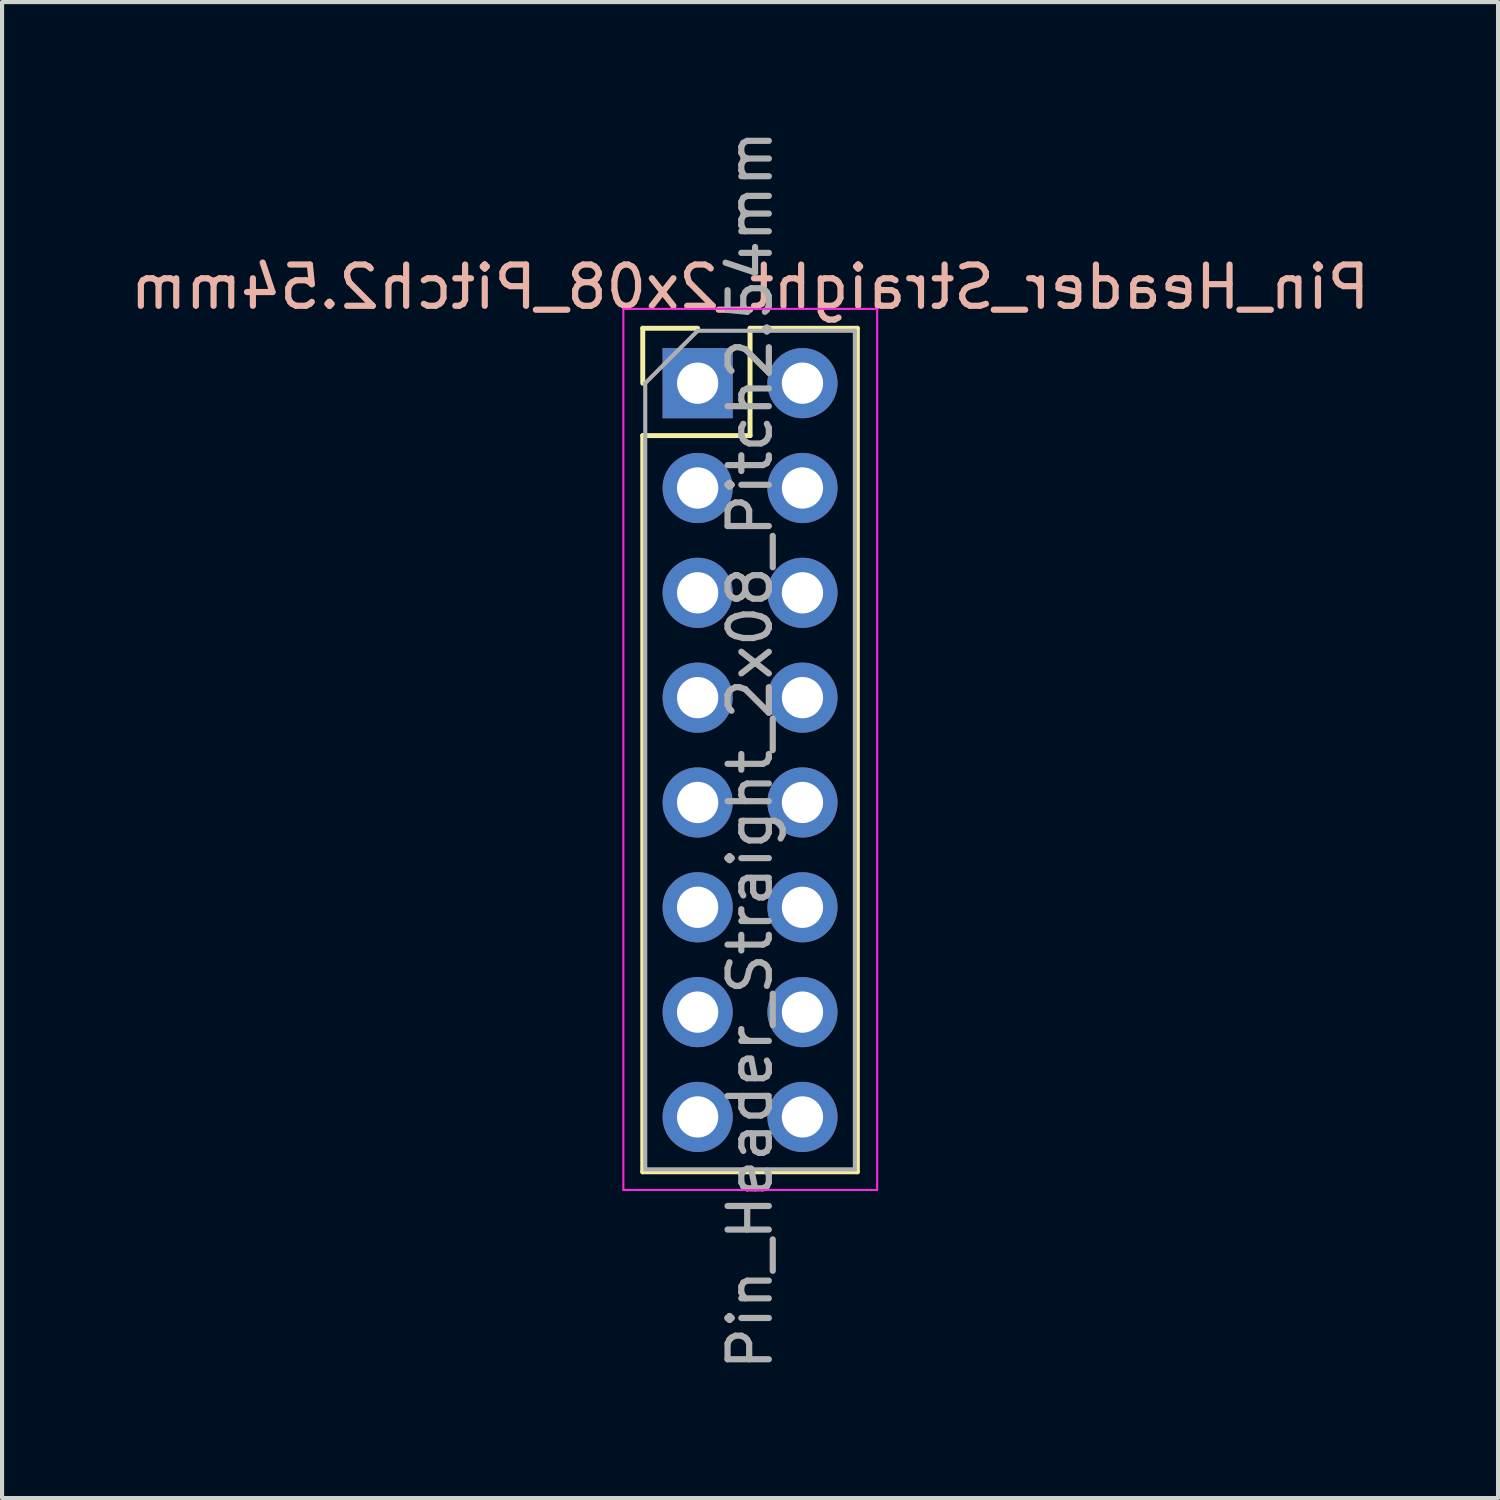
<source format=kicad_pcb>
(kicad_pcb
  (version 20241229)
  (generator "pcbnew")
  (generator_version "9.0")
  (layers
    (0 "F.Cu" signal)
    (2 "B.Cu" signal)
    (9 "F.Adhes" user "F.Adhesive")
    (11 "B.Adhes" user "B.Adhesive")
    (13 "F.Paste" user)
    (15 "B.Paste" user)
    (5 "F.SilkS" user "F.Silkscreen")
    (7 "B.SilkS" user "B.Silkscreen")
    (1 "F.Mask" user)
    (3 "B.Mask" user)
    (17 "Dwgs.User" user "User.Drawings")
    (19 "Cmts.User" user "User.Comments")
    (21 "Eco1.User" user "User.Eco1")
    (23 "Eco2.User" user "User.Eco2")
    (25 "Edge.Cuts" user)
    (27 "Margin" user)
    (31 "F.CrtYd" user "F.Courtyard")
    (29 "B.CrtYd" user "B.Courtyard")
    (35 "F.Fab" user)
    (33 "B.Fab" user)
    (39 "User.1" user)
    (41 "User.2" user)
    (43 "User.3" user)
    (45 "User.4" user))
  (footprint "Pin_Header_Straight_2x08_Pitch2.54mm"
    (layer "F.Cu")
    (at 13.855 6.235)
    (property "Reference" "Pin_Header_Straight_2x08_Pitch2.54mm" (at 1.27 -2.33 0) (layer "B.SilkS") (effects (font (size 1 1) (thickness 0.15)) (justify mirror)))
    (attr through_hole)
    (fp_line (start -1.33 -1.33) (end 0 -1.33) (stroke (width 0.12) (type solid)) (layer "F.SilkS"))
    (fp_line (start -1.33 0) (end -1.33 -1.33) (stroke (width 0.12) (type solid)) (layer "F.SilkS"))
    (fp_line (start -1.33 1.27) (end -1.33 19.11) (stroke (width 0.12) (type solid)) (layer "F.SilkS"))
    (fp_line (start -1.33 1.27) (end 1.27 1.27) (stroke (width 0.12) (type solid)) (layer "F.SilkS"))
    (fp_line (start -1.33 19.11) (end 3.87 19.11) (stroke (width 0.12) (type solid)) (layer "F.SilkS"))
    (fp_line (start 1.27 -1.33) (end 3.87 -1.33) (stroke (width 0.12) (type solid)) (layer "F.SilkS"))
    (fp_line (start 1.27 1.27) (end 1.27 -1.33) (stroke (width 0.12) (type solid)) (layer "F.SilkS"))
    (fp_line (start 3.87 -1.33) (end 3.87 19.11) (stroke (width 0.12) (type solid)) (layer "F.SilkS"))
    (fp_line (start -1.8 -1.8) (end -1.8 19.55) (stroke (width 0.05) (type solid)) (layer "F.CrtYd"))
    (fp_line (start -1.8 19.55) (end 4.35 19.55) (stroke (width 0.05) (type solid)) (layer "F.CrtYd"))
    (fp_line (start 4.35 -1.8) (end -1.8 -1.8) (stroke (width 0.05) (type solid)) (layer "F.CrtYd"))
    (fp_line (start 4.35 19.55) (end 4.35 -1.8) (stroke (width 0.05) (type solid)) (layer "F.CrtYd"))
    (fp_line (start -1.27 0) (end 0 -1.27) (stroke (width 0.1) (type solid)) (layer "F.Fab"))
    (fp_line (start -1.27 19.05) (end -1.27 0) (stroke (width 0.1) (type solid)) (layer "F.Fab"))
    (fp_line (start 0 -1.27) (end 3.81 -1.27) (stroke (width 0.1) (type solid)) (layer "F.Fab"))
    (fp_line (start 3.81 -1.27) (end 3.81 19.05) (stroke (width 0.1) (type solid)) (layer "F.Fab"))
    (fp_line (start 3.81 19.05) (end -1.27 19.05) (stroke (width 0.1) (type solid)) (layer "F.Fab"))
    (fp_text user "${REFERENCE}" (at 1.27 8.89 90) (layer "F.Fab") (effects (font (size 1 1) (thickness 0.15))))
    (pad "1" thru_hole rect (at 0 0) (size 1.7 1.7) (drill 1) (layers "*.Cu" "*.Mask"))
    (pad "2" thru_hole oval (at 2.54 0) (size 1.7 1.7) (drill 1) (layers "*.Cu" "*.Mask"))
    (pad "3" thru_hole oval (at 0 2.54) (size 1.7 1.7) (drill 1) (layers "*.Cu" "*.Mask"))
    (pad "4" thru_hole oval (at 2.54 2.54) (size 1.7 1.7) (drill 1) (layers "*.Cu" "*.Mask"))
    (pad "5" thru_hole oval (at 0 5.08) (size 1.7 1.7) (drill 1) (layers "*.Cu" "*.Mask"))
    (pad "6" thru_hole oval (at 2.54 5.08) (size 1.7 1.7) (drill 1) (layers "*.Cu" "*.Mask"))
    (pad "7" thru_hole oval (at 0 7.62) (size 1.7 1.7) (drill 1) (layers "*.Cu" "*.Mask"))
    (pad "8" thru_hole oval (at 2.54 7.62) (size 1.7 1.7) (drill 1) (layers "*.Cu" "*.Mask"))
    (pad "9" thru_hole oval (at 0 10.16) (size 1.7 1.7) (drill 1) (layers "*.Cu" "*.Mask"))
    (pad "10" thru_hole oval (at 2.54 10.16) (size 1.7 1.7) (drill 1) (layers "*.Cu" "*.Mask"))
    (pad "11" thru_hole oval (at 0 12.7) (size 1.7 1.7) (drill 1) (layers "*.Cu" "*.Mask"))
    (pad "12" thru_hole oval (at 2.54 12.7) (size 1.7 1.7) (drill 1) (layers "*.Cu" "*.Mask"))
    (pad "13" thru_hole oval (at 0 15.24) (size 1.7 1.7) (drill 1) (layers "*.Cu" "*.Mask"))
    (pad "14" thru_hole oval (at 2.54 15.24) (size 1.7 1.7) (drill 1) (layers "*.Cu" "*.Mask"))
    (pad "15" thru_hole oval (at 0 17.78) (size 1.7 1.7) (drill 1) (layers "*.Cu" "*.Mask"))
    (pad "16" thru_hole oval (at 2.54 17.78) (size 1.7 1.7) (drill 1) (layers "*.Cu" "*.Mask")))
  (gr_rect
    (start -3 -3)
    (end 33.25 33.25)
    (stroke (width 0.1) (type default))
    (fill no)
    (layer "Edge.Cuts")))
</source>
